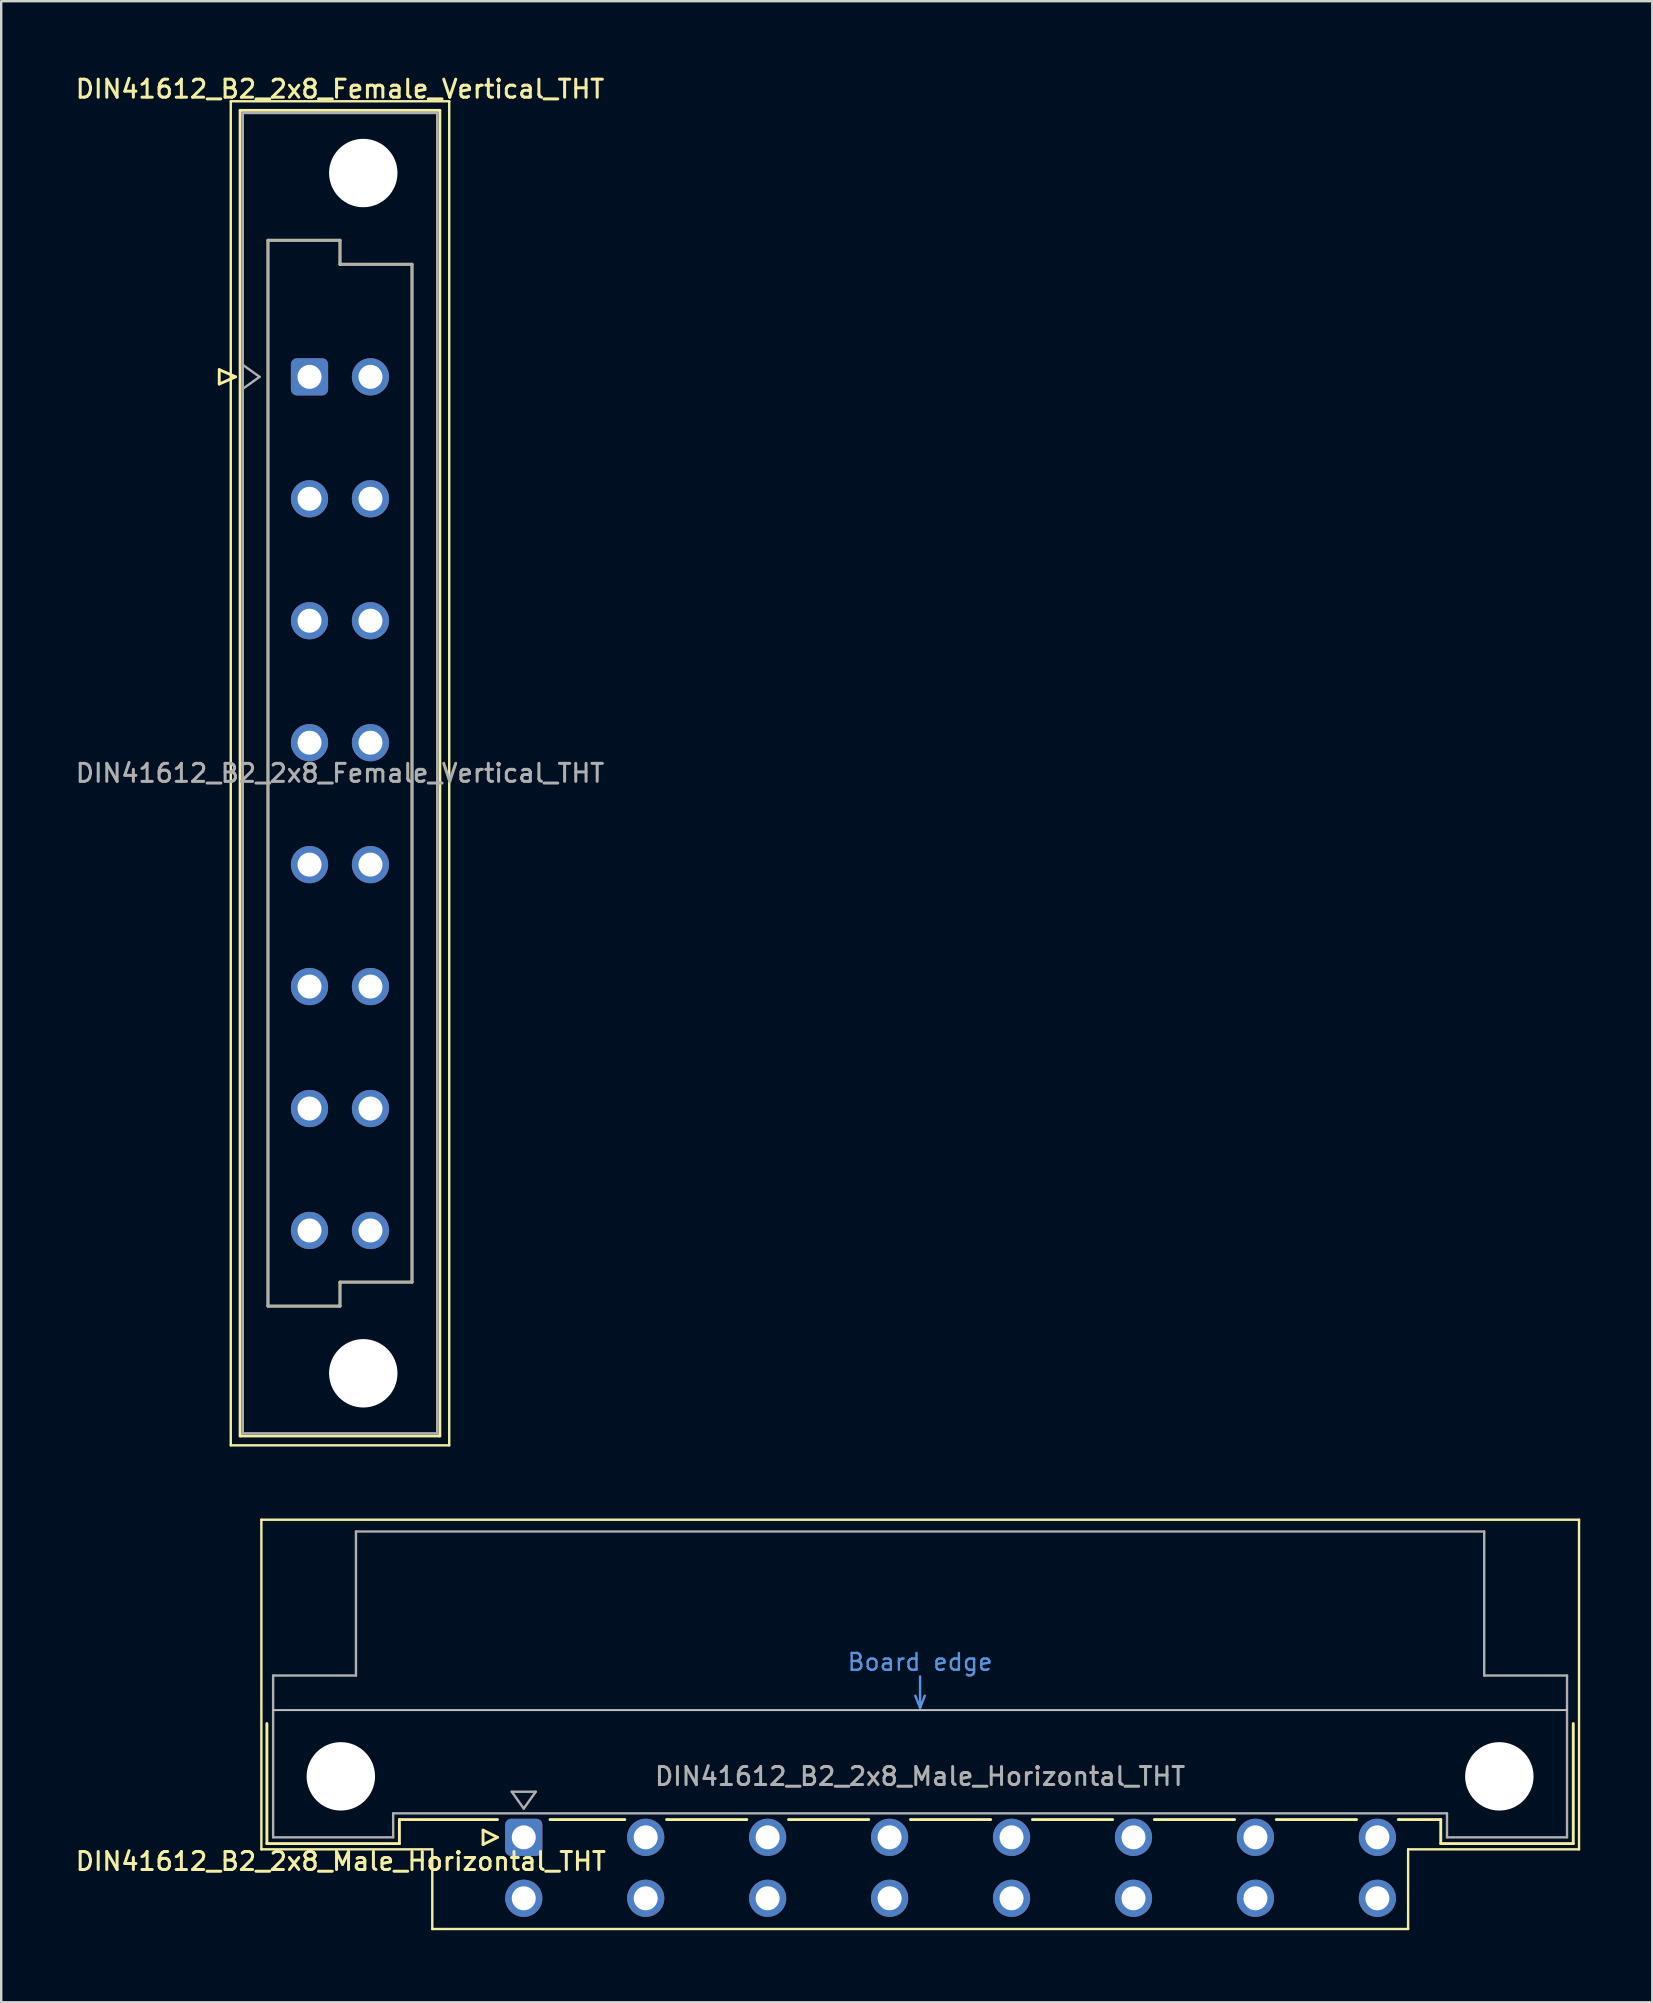
<source format=kicad_pcb>
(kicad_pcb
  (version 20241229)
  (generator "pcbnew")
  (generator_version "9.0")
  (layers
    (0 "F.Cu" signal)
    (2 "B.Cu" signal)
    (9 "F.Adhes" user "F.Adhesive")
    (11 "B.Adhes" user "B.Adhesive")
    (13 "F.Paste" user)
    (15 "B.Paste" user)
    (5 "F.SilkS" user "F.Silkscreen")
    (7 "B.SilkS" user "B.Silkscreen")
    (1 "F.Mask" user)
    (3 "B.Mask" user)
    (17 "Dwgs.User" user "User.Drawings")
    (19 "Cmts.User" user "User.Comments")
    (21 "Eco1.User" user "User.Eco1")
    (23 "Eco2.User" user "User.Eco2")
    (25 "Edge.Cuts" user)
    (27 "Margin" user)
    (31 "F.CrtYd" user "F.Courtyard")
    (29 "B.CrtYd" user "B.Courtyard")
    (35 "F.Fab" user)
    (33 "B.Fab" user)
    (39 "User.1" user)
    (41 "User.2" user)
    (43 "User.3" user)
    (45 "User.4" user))
  (footprint "DIN41612_B2_2x8_Female_Vertical_THT"
    (layer "F.Cu")
    (at 9.843 10.108)
    (property "Reference" "DIN41612_B2_2x8_Female_Vertical_THT" (at 1.27 -9.45 0) (layer "F.SilkS") (effects (font (size 0.75 0.75) (thickness 0.125))))
    (attr through_hole)
    (fp_line (start -3.76 2.24) (end -3.76 2.84) (stroke (width 0.12) (type solid)) (layer "F.SilkS"))
    (fp_line (start -3.76 2.84) (end -3.08 2.54) (stroke (width 0.12) (type solid)) (layer "F.SilkS"))
    (fp_line (start -3.28 -8.94) (end 5.82 -8.94) (stroke (width 0.1) (type solid)) (layer "F.SilkS"))
    (fp_line (start -3.28 47.05) (end -3.28 -8.94) (stroke (width 0.1) (type solid)) (layer "F.SilkS"))
    (fp_line (start -3.08 2.54) (end -3.76 2.24) (stroke (width 0.12) (type solid)) (layer "F.SilkS"))
    (fp_line (start -2.89 -8.56) (end 5.43 -8.56) (stroke (width 0.12) (type solid)) (layer "F.SilkS"))
    (fp_line (start -2.89 46.66) (end -2.89 -8.56) (stroke (width 0.12) (type solid)) (layer "F.SilkS"))
    (fp_line (start -1.73 -3.15) (end 1.27 -3.15) (stroke (width 0.12) (type solid)) (layer "F.SilkS"))
    (fp_line (start -1.73 41.25) (end -1.73 -3.15) (stroke (width 0.12) (type solid)) (layer "F.SilkS"))
    (fp_line (start 1.27 -3.15) (end 1.27 -2.15) (stroke (width 0.12) (type solid)) (layer "F.SilkS"))
    (fp_line (start 1.27 -2.15) (end 4.27 -2.15) (stroke (width 0.12) (type solid)) (layer "F.SilkS"))
    (fp_line (start 1.27 40.25) (end 1.27 41.25) (stroke (width 0.12) (type solid)) (layer "F.SilkS"))
    (fp_line (start 1.27 41.25) (end -1.73 41.25) (stroke (width 0.12) (type solid)) (layer "F.SilkS"))
    (fp_line (start 4.27 -2.15) (end 4.27 40.25) (stroke (width 0.12) (type solid)) (layer "F.SilkS"))
    (fp_line (start 4.27 40.25) (end 1.27 40.25) (stroke (width 0.12) (type solid)) (layer "F.SilkS"))
    (fp_line (start 5.43 -8.56) (end 5.43 46.66) (stroke (width 0.12) (type solid)) (layer "F.SilkS"))
    (fp_line (start 5.43 46.66) (end -2.89 46.66) (stroke (width 0.12) (type solid)) (layer "F.SilkS"))
    (fp_line (start 5.82 -8.94) (end 5.82 47.05) (stroke (width 0.1) (type solid)) (layer "F.SilkS"))
    (fp_line (start 5.82 47.05) (end -3.28 47.05) (stroke (width 0.1) (type solid)) (layer "F.SilkS"))
    (fp_line (start -2.78 -8.45) (end 5.32 -8.45) (stroke (width 0.1) (type solid)) (layer "F.Fab"))
    (fp_line (start -2.78 2.04) (end -2.08 2.54) (stroke (width 0.1) (type solid)) (layer "F.Fab"))
    (fp_line (start -2.78 46.55) (end -2.78 -8.45) (stroke (width 0.1) (type solid)) (layer "F.Fab"))
    (fp_line (start -2.08 2.54) (end -2.78 3.04) (stroke (width 0.1) (type solid)) (layer "F.Fab"))
    (fp_line (start -1.73 -3.15) (end 1.27 -3.15) (stroke (width 0.1) (type solid)) (layer "F.Fab"))
    (fp_line (start -1.73 41.25) (end -1.73 -3.15) (stroke (width 0.1) (type solid)) (layer "F.Fab"))
    (fp_line (start 1.27 -3.15) (end 1.27 -2.15) (stroke (width 0.1) (type solid)) (layer "F.Fab"))
    (fp_line (start 1.27 -2.15) (end 4.27 -2.15) (stroke (width 0.1) (type solid)) (layer "F.Fab"))
    (fp_line (start 1.27 40.25) (end 1.27 41.25) (stroke (width 0.1) (type solid)) (layer "F.Fab"))
    (fp_line (start 1.27 41.25) (end -1.73 41.25) (stroke (width 0.1) (type solid)) (layer "F.Fab"))
    (fp_line (start 4.27 -2.15) (end 4.27 40.25) (stroke (width 0.1) (type solid)) (layer "F.Fab"))
    (fp_line (start 4.27 40.25) (end 1.27 40.25) (stroke (width 0.1) (type solid)) (layer "F.Fab"))
    (fp_line (start 5.32 -8.45) (end 5.32 46.55) (stroke (width 0.1) (type solid)) (layer "F.Fab"))
    (fp_line (start 5.32 46.55) (end -2.78 46.55) (stroke (width 0.1) (type solid)) (layer "F.Fab"))
    (fp_text user "${REFERENCE}" (at 1.27 19.05 0) (layer "F.Fab") (effects (font (size 0.75 0.75) (thickness 0.125))))
    (pad "" np_thru_hole circle (at 2.24 -5.95) (size 2.85 2.85) (drill 2.85) (layers "*.Cu" "*.Mask"))
    (pad "" np_thru_hole circle (at 2.24 44.05) (size 2.85 2.85) (drill 2.85) (layers "*.Cu" "*.Mask"))
    (pad "a2" thru_hole roundrect (at 0 2.54) (size 1.55 1.55) (drill 1) (layers "*.Cu" "*.Mask") (roundrect_rratio 0.161))
    (pad "a4" thru_hole circle (at 0 7.62) (size 1.55 1.55) (drill 1) (layers "*.Cu" "*.Mask"))
    (pad "a6" thru_hole circle (at 0 12.7) (size 1.55 1.55) (drill 1) (layers "*.Cu" "*.Mask"))
    (pad "a8" thru_hole circle (at 0 17.78) (size 1.55 1.55) (drill 1) (layers "*.Cu" "*.Mask"))
    (pad "a10" thru_hole circle (at 0 22.86) (size 1.55 1.55) (drill 1) (layers "*.Cu" "*.Mask"))
    (pad "a12" thru_hole circle (at 0 27.94) (size 1.55 1.55) (drill 1) (layers "*.Cu" "*.Mask"))
    (pad "a14" thru_hole circle (at 0 33.02) (size 1.55 1.55) (drill 1) (layers "*.Cu" "*.Mask"))
    (pad "a16" thru_hole circle (at 0 38.1) (size 1.55 1.55) (drill 1) (layers "*.Cu" "*.Mask"))
    (pad "b2" thru_hole circle (at 2.54 2.54) (size 1.55 1.55) (drill 1) (layers "*.Cu" "*.Mask"))
    (pad "b4" thru_hole circle (at 2.54 7.62) (size 1.55 1.55) (drill 1) (layers "*.Cu" "*.Mask"))
    (pad "b6" thru_hole circle (at 2.54 12.7) (size 1.55 1.55) (drill 1) (layers "*.Cu" "*.Mask"))
    (pad "b8" thru_hole circle (at 2.54 17.78) (size 1.55 1.55) (drill 1) (layers "*.Cu" "*.Mask"))
    (pad "b10" thru_hole circle (at 2.54 22.86) (size 1.55 1.55) (drill 1) (layers "*.Cu" "*.Mask"))
    (pad "b12" thru_hole circle (at 2.54 27.94) (size 1.55 1.55) (drill 1) (layers "*.Cu" "*.Mask"))
    (pad "b14" thru_hole circle (at 2.54 33.02) (size 1.55 1.55) (drill 1) (layers "*.Cu" "*.Mask"))
    (pad "b16" thru_hole circle (at 2.54 38.1) (size 1.55 1.55) (drill 1) (layers "*.Cu" "*.Mask")))
  (footprint "DIN41612_B2_2x8_Male_Horizontal_THT"
    (layer "F.Cu")
    (at 16.228 73.488)
    (property "Reference" "DIN41612_B2_2x8_Male_Horizontal_THT" (at -5.08 1 0) (layer "F.SilkS") (effects (font (size 0.75 0.75) (thickness 0.125))))
    (attr through_hole)
    (fp_line (start -8.39 -13.23) (end -8.39 0.5) (stroke (width 0.1) (type solid)) (layer "F.SilkS"))
    (fp_line (start -8.39 0.5) (end -1.27 0.5) (stroke (width 0.1) (type solid)) (layer "F.SilkS"))
    (fp_line (start -8.16 -4.74) (end -8.16 0.26) (stroke (width 0.12) (type solid)) (layer "F.SilkS"))
    (fp_line (start -8.16 0.26) (end -2.64 0.26) (stroke (width 0.12) (type solid)) (layer "F.SilkS"))
    (fp_line (start -2.64 -0.74) (end 1.445 -0.74) (stroke (width 0.12) (type solid)) (layer "F.SilkS"))
    (fp_line (start -2.64 0.26) (end -2.64 -0.74) (stroke (width 0.12) (type solid)) (layer "F.SilkS"))
    (fp_line (start -1.27 0.5) (end -1.27 3.82) (stroke (width 0.1) (type solid)) (layer "F.SilkS"))
    (fp_line (start -1.27 3.82) (end 39.38 3.82) (stroke (width 0.1) (type solid)) (layer "F.SilkS"))
    (fp_line (start 0.845 -0.3) (end 0.845 0.3) (stroke (width 0.12) (type solid)) (layer "F.SilkS"))
    (fp_line (start 0.845 0.3) (end 1.445 0) (stroke (width 0.12) (type solid)) (layer "F.SilkS"))
    (fp_line (start 1.445 0) (end 0.845 -0.3) (stroke (width 0.12) (type solid)) (layer "F.SilkS"))
    (fp_line (start 3.635 -0.74) (end 6.751 -0.74) (stroke (width 0.12) (type solid)) (layer "F.SilkS"))
    (fp_line (start 8.49 -0.74) (end 11.831 -0.74) (stroke (width 0.12) (type solid)) (layer "F.SilkS"))
    (fp_line (start 13.57 -0.74) (end 16.911 -0.74) (stroke (width 0.12) (type solid)) (layer "F.SilkS"))
    (fp_line (start 18.65 -0.74) (end 21.991 -0.74) (stroke (width 0.12) (type solid)) (layer "F.SilkS"))
    (fp_line (start 23.73 -0.74) (end 27.071 -0.74) (stroke (width 0.12) (type solid)) (layer "F.SilkS"))
    (fp_line (start 28.81 -0.74) (end 32.151 -0.74) (stroke (width 0.12) (type solid)) (layer "F.SilkS"))
    (fp_line (start 33.89 -0.74) (end 37.231 -0.74) (stroke (width 0.12) (type solid)) (layer "F.SilkS"))
    (fp_line (start 38.97 -0.74) (end 40.74 -0.74) (stroke (width 0.12) (type solid)) (layer "F.SilkS"))
    (fp_line (start 39.38 0.5) (end 46.5 0.5) (stroke (width 0.1) (type solid)) (layer "F.SilkS"))
    (fp_line (start 39.38 3.82) (end 39.38 0.5) (stroke (width 0.1) (type solid)) (layer "F.SilkS"))
    (fp_line (start 40.74 0.26) (end 40.74 -0.74) (stroke (width 0.12) (type solid)) (layer "F.SilkS"))
    (fp_line (start 46.26 -4.74) (end 46.26 0.26) (stroke (width 0.12) (type solid)) (layer "F.SilkS"))
    (fp_line (start 46.26 0.26) (end 40.74 0.26) (stroke (width 0.12) (type solid)) (layer "F.SilkS"))
    (fp_line (start 46.5 -13.23) (end -8.39 -13.23) (stroke (width 0.1) (type solid)) (layer "F.SilkS"))
    (fp_line (start 46.5 0.5) (end 46.5 -13.23) (stroke (width 0.1) (type solid)) (layer "F.SilkS"))
    (fp_line (start -7.9 -5.3) (end 46 -5.3) (stroke (width 0.08) (type solid)) (layer "Dwgs.User"))
    (fp_line (start 18.85 -5.9) (end 19.05 -5.4) (stroke (width 0.1) (type solid)) (layer "Cmts.User"))
    (fp_line (start 19.05 -5.4) (end 19.05 -6.7) (stroke (width 0.1) (type solid)) (layer "Cmts.User"))
    (fp_line (start 19.05 -5.4) (end 19.25 -5.9) (stroke (width 0.1) (type solid)) (layer "Cmts.User"))
    (fp_line (start -7.9 -6.74) (end -7.9 0) (stroke (width 0.1) (type solid)) (layer "F.Fab"))
    (fp_line (start -7.9 0) (end -2.9 0) (stroke (width 0.1) (type solid)) (layer "F.Fab"))
    (fp_line (start -4.45 -12.74) (end -4.45 -6.74) (stroke (width 0.1) (type solid)) (layer "F.Fab"))
    (fp_line (start -4.45 -6.74) (end -7.9 -6.74) (stroke (width 0.1) (type solid)) (layer "F.Fab"))
    (fp_line (start -2.9 -1) (end 41 -1) (stroke (width 0.1) (type solid)) (layer "F.Fab"))
    (fp_line (start -2.9 0) (end -2.9 -1) (stroke (width 0.1) (type solid)) (layer "F.Fab"))
    (fp_line (start 2.04 -1.9) (end 3.04 -1.9) (stroke (width 0.1) (type solid)) (layer "F.Fab"))
    (fp_line (start 2.54 -1.2) (end 2.04 -1.9) (stroke (width 0.1) (type solid)) (layer "F.Fab"))
    (fp_line (start 3.04 -1.9) (end 2.54 -1.2) (stroke (width 0.1) (type solid)) (layer "F.Fab"))
    (fp_line (start 41 -1) (end 41 0) (stroke (width 0.1) (type solid)) (layer "F.Fab"))
    (fp_line (start 41 0) (end 46 0) (stroke (width 0.1) (type solid)) (layer "F.Fab"))
    (fp_line (start 42.55 -12.74) (end -4.45 -12.74) (stroke (width 0.1) (type solid)) (layer "F.Fab"))
    (fp_line (start 42.55 -6.74) (end 42.55 -12.74) (stroke (width 0.1) (type solid)) (layer "F.Fab"))
    (fp_line (start 46 -6.74) (end 42.55 -6.74) (stroke (width 0.1) (type solid)) (layer "F.Fab"))
    (fp_line (start 46 0) (end 46 -6.74) (stroke (width 0.1) (type solid)) (layer "F.Fab"))
    (fp_text user "Board edge" (at 19.05 -7.3 0) (layer "Cmts.User") (effects (font (size 0.7 0.7) (thickness 0.1))))
    (fp_text user "${REFERENCE}" (at 19.05 -2.54 0) (layer "F.Fab") (effects (font (size 0.75 0.75) (thickness 0.125))))
    (pad "" np_thru_hole circle (at -5.08 -2.54) (size 2.85 2.85) (drill 2.85) (layers "*.Cu" "*.Mask"))
    (pad "" np_thru_hole circle (at 43.18 -2.54) (size 2.85 2.85) (drill 2.85) (layers "*.Cu" "*.Mask"))
    (pad "a2" thru_hole roundrect (at 2.54 0) (size 1.55 1.55) (drill 1) (layers "*.Cu" "*.Mask") (roundrect_rratio 0.161))
    (pad "a4" thru_hole circle (at 7.62 0) (size 1.55 1.55) (drill 1) (layers "*.Cu" "*.Mask"))
    (pad "a6" thru_hole circle (at 12.7 0) (size 1.55 1.55) (drill 1) (layers "*.Cu" "*.Mask"))
    (pad "a8" thru_hole circle (at 17.78 0) (size 1.55 1.55) (drill 1) (layers "*.Cu" "*.Mask"))
    (pad "a10" thru_hole circle (at 22.86 0) (size 1.55 1.55) (drill 1) (layers "*.Cu" "*.Mask"))
    (pad "a12" thru_hole circle (at 27.94 0) (size 1.55 1.55) (drill 1) (layers "*.Cu" "*.Mask"))
    (pad "a14" thru_hole circle (at 33.02 0) (size 1.55 1.55) (drill 1) (layers "*.Cu" "*.Mask"))
    (pad "a16" thru_hole circle (at 38.1 0) (size 1.55 1.55) (drill 1) (layers "*.Cu" "*.Mask"))
    (pad "b2" thru_hole circle (at 2.54 2.54) (size 1.55 1.55) (drill 1) (layers "*.Cu" "*.Mask"))
    (pad "b4" thru_hole circle (at 7.62 2.54) (size 1.55 1.55) (drill 1) (layers "*.Cu" "*.Mask"))
    (pad "b6" thru_hole circle (at 12.7 2.54) (size 1.55 1.55) (drill 1) (layers "*.Cu" "*.Mask"))
    (pad "b8" thru_hole circle (at 17.78 2.54) (size 1.55 1.55) (drill 1) (layers "*.Cu" "*.Mask"))
    (pad "b10" thru_hole circle (at 22.86 2.54) (size 1.55 1.55) (drill 1) (layers "*.Cu" "*.Mask"))
    (pad "b12" thru_hole circle (at 27.94 2.54) (size 1.55 1.55) (drill 1) (layers "*.Cu" "*.Mask"))
    (pad "b14" thru_hole circle (at 33.02 2.54) (size 1.55 1.55) (drill 1) (layers "*.Cu" "*.Mask"))
    (pad "b16" thru_hole circle (at 38.1 2.54) (size 1.55 1.55) (drill 1) (layers "*.Cu" "*.Mask")))
  (gr_rect
    (start -3 -3)
    (end 65.778 80.358)
    (stroke (width 0.1) (type default))
    (fill no)
    (layer "Edge.Cuts")))
</source>
